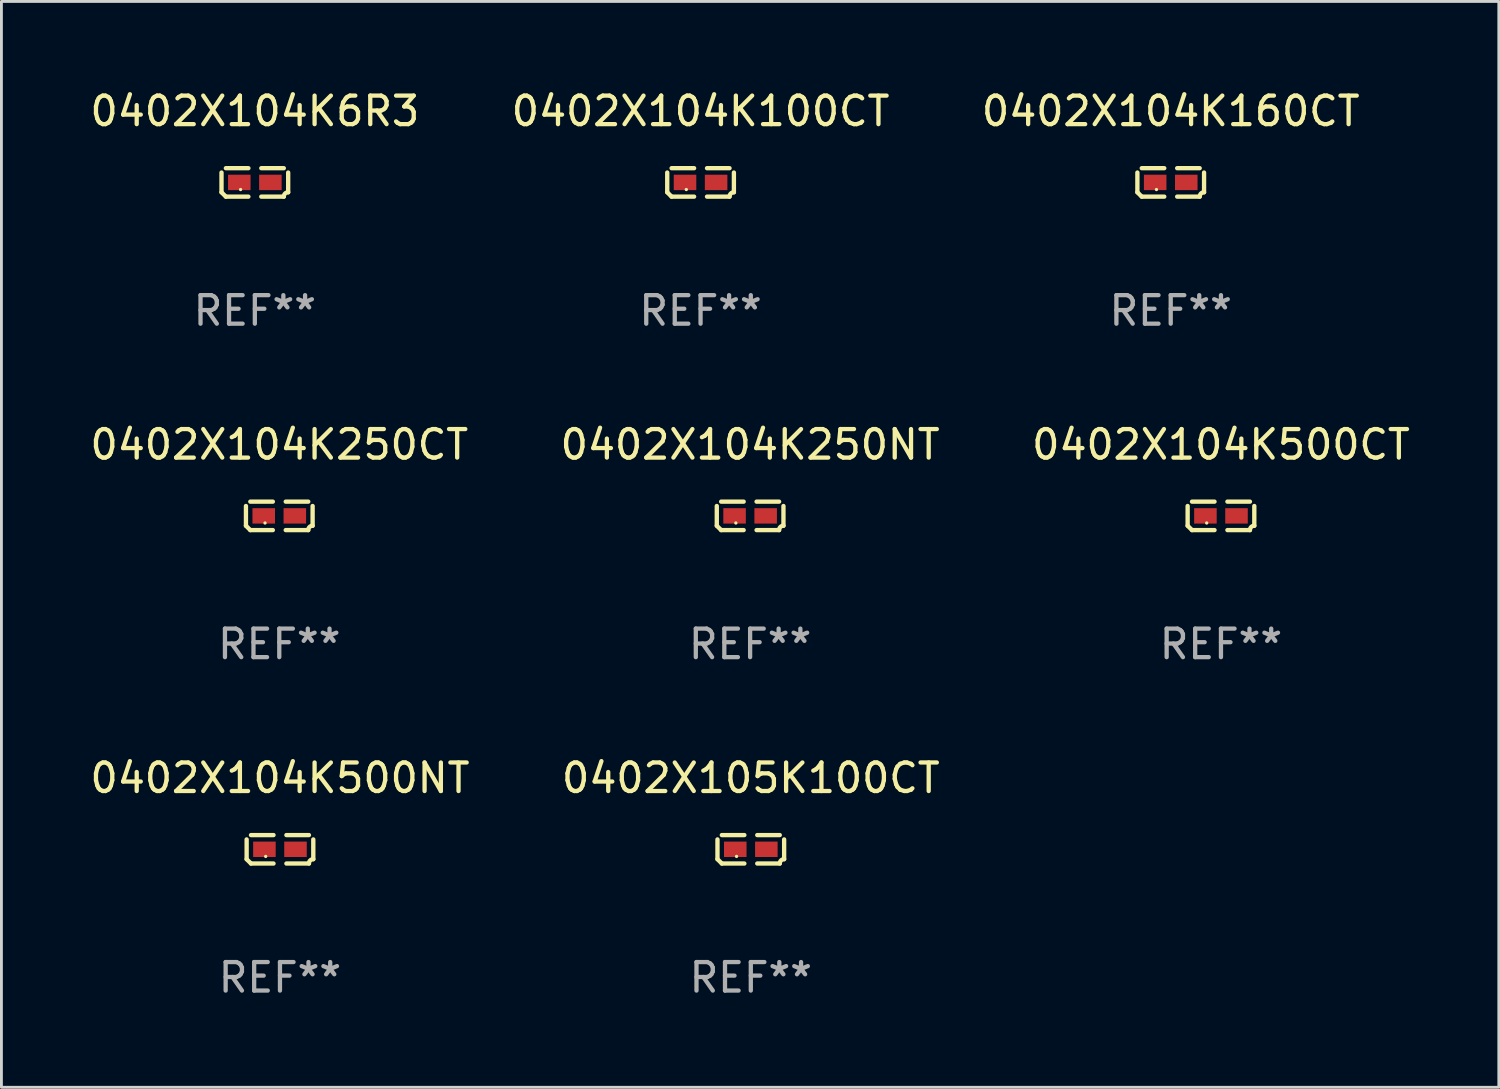
<source format=kicad_pcb>
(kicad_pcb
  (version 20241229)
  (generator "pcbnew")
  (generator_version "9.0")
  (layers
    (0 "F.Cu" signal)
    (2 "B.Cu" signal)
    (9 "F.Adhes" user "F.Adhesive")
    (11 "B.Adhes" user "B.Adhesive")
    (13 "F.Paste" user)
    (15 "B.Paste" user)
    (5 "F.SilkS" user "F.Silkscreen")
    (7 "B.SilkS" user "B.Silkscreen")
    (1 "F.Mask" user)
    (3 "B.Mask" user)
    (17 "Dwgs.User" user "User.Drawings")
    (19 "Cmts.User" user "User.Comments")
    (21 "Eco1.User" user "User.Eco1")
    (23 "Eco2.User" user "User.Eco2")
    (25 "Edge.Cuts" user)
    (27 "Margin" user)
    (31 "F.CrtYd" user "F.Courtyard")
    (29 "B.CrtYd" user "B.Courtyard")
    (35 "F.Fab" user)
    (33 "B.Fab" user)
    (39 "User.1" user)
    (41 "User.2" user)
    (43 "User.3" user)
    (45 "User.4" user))
  (footprint "0402X105K100CT"
    (layer "F.Cu")
    (at 23.28 26.734)
    (property "Reference" "0402X105K100CT" (at 0 -2.499 0) (layer "F.SilkS") (effects (font (size 1 1) (thickness 0.15))))
    (attr through_hole)
    (fp_line (start -1.169 0.346) (end -1.169 -0.346) (stroke (width 0.152) (type solid)) (layer "F.SilkS"))
    (fp_line (start -1.016 -0.499) (end -0.226 -0.499) (stroke (width 0.152) (type solid)) (layer "F.SilkS"))
    (fp_line (start -0.226 0.499) (end -1.016 0.499) (stroke (width 0.152) (type solid)) (layer "F.SilkS"))
    (fp_line (start 0.226 0.499) (end 1.016 0.499) (stroke (width 0.152) (type solid)) (layer "F.SilkS"))
    (fp_line (start 1.016 -0.499) (end 0.226 -0.499) (stroke (width 0.152) (type solid)) (layer "F.SilkS"))
    (fp_line (start 1.169 0.346) (end 1.169 -0.346) (stroke (width 0.152) (type solid)) (layer "F.SilkS"))
    (fp_arc (start -1.016307 0.498603) (mid -1.092512 0.422405) (end -1.16871 0.3462) (stroke (width 0.1524) (type solid)) (layer "F.SilkS"))
    (fp_arc (start 1.016307 0.498603) (mid 1.060899 0.390758) (end 1.168707 0.346076) (stroke (width 0.1524) (type solid)) (layer "F.SilkS"))
    (fp_circle (center -0.5 0.25) (end -0.47 0.25) (stroke (width 0.06) (type solid)) (fill no) (layer "F.SilkS"))
    (fp_text user "REF**" (at 0 4.499 0) (layer "F.Fab") (effects (font (size 1 1) (thickness 0.15))))
    (pad "1" smd rect (at -0.545 0) (size 0.79 0.54) (layers "F.Cu" "F.Mask" "F.Paste"))
    (pad "2" smd rect (at 0.545 0) (size 0.79 0.54) (layers "F.Cu" "F.Mask" "F.Paste")))
  (footprint "0402X104K500NT"
    (layer "F.Cu")
    (at 6.768 26.734)
    (property "Reference" "0402X104K500NT" (at 0 -2.499 0) (layer "F.SilkS") (effects (font (size 1 1) (thickness 0.15))))
    (attr through_hole)
    (fp_line (start -1.169 0.346) (end -1.169 -0.346) (stroke (width 0.152) (type solid)) (layer "F.SilkS"))
    (fp_line (start -1.016 -0.499) (end -0.226 -0.499) (stroke (width 0.152) (type solid)) (layer "F.SilkS"))
    (fp_line (start -0.226 0.499) (end -1.016 0.499) (stroke (width 0.152) (type solid)) (layer "F.SilkS"))
    (fp_line (start 0.226 0.499) (end 1.016 0.499) (stroke (width 0.152) (type solid)) (layer "F.SilkS"))
    (fp_line (start 1.016 -0.499) (end 0.226 -0.499) (stroke (width 0.152) (type solid)) (layer "F.SilkS"))
    (fp_line (start 1.169 0.346) (end 1.169 -0.346) (stroke (width 0.152) (type solid)) (layer "F.SilkS"))
    (fp_arc (start -1.016307 0.498603) (mid -1.092512 0.422405) (end -1.16871 0.3462) (stroke (width 0.1524) (type solid)) (layer "F.SilkS"))
    (fp_arc (start 1.016307 0.498603) (mid 1.060899 0.390758) (end 1.168707 0.346076) (stroke (width 0.1524) (type solid)) (layer "F.SilkS"))
    (fp_circle (center -0.5 0.25) (end -0.47 0.25) (stroke (width 0.06) (type solid)) (fill no) (layer "F.SilkS"))
    (fp_text user "REF**" (at 0 4.499 0) (layer "F.Fab") (effects (font (size 1 1) (thickness 0.15))))
    (pad "1" smd rect (at -0.545 0) (size 0.79 0.54) (layers "F.Cu" "F.Mask" "F.Paste"))
    (pad "2" smd rect (at 0.545 0) (size 0.79 0.54) (layers "F.Cu" "F.Mask" "F.Paste")))
  (footprint "0402X104K6R3"
    (layer "F.Cu")
    (at 5.887 3.347)
    (property "Reference" "0402X104K6R3" (at 0 -2.499 0) (layer "F.SilkS") (effects (font (size 1 1) (thickness 0.15))))
    (attr through_hole)
    (fp_line (start -1.169 0.346) (end -1.169 -0.346) (stroke (width 0.152) (type solid)) (layer "F.SilkS"))
    (fp_line (start -1.016 -0.499) (end -0.226 -0.499) (stroke (width 0.152) (type solid)) (layer "F.SilkS"))
    (fp_line (start -0.226 0.499) (end -1.016 0.499) (stroke (width 0.152) (type solid)) (layer "F.SilkS"))
    (fp_line (start 0.226 0.499) (end 1.016 0.499) (stroke (width 0.152) (type solid)) (layer "F.SilkS"))
    (fp_line (start 1.016 -0.499) (end 0.226 -0.499) (stroke (width 0.152) (type solid)) (layer "F.SilkS"))
    (fp_line (start 1.169 0.346) (end 1.169 -0.346) (stroke (width 0.152) (type solid)) (layer "F.SilkS"))
    (fp_arc (start -1.016307 0.498603) (mid -1.092512 0.422405) (end -1.16871 0.3462) (stroke (width 0.1524) (type solid)) (layer "F.SilkS"))
    (fp_arc (start 1.016307 0.498603) (mid 1.060899 0.390758) (end 1.168707 0.346076) (stroke (width 0.1524) (type solid)) (layer "F.SilkS"))
    (fp_circle (center -0.5 0.25) (end -0.47 0.25) (stroke (width 0.06) (type solid)) (fill no) (layer "F.SilkS"))
    (fp_text user "REF**" (at 0 4.499 0) (layer "F.Fab") (effects (font (size 1 1) (thickness 0.15))))
    (pad "1" smd rect (at -0.545 0) (size 0.79 0.54) (layers "F.Cu" "F.Mask" "F.Paste"))
    (pad "2" smd rect (at 0.545 0) (size 0.79 0.54) (layers "F.Cu" "F.Mask" "F.Paste")))
  (footprint "0402X104K250CT"
    (layer "F.Cu")
    (at 6.744 15.041)
    (property "Reference" "0402X104K250CT" (at 0 -2.499 0) (layer "F.SilkS") (effects (font (size 1 1) (thickness 0.15))))
    (attr through_hole)
    (fp_line (start -1.169 0.346) (end -1.169 -0.346) (stroke (width 0.152) (type solid)) (layer "F.SilkS"))
    (fp_line (start -1.016 -0.499) (end -0.226 -0.499) (stroke (width 0.152) (type solid)) (layer "F.SilkS"))
    (fp_line (start -0.226 0.499) (end -1.016 0.499) (stroke (width 0.152) (type solid)) (layer "F.SilkS"))
    (fp_line (start 0.226 0.499) (end 1.016 0.499) (stroke (width 0.152) (type solid)) (layer "F.SilkS"))
    (fp_line (start 1.016 -0.499) (end 0.226 -0.499) (stroke (width 0.152) (type solid)) (layer "F.SilkS"))
    (fp_line (start 1.169 0.346) (end 1.169 -0.346) (stroke (width 0.152) (type solid)) (layer "F.SilkS"))
    (fp_arc (start -1.016307 0.498603) (mid -1.092512 0.422405) (end -1.16871 0.3462) (stroke (width 0.1524) (type solid)) (layer "F.SilkS"))
    (fp_arc (start 1.016307 0.498603) (mid 1.060899 0.390758) (end 1.168707 0.346076) (stroke (width 0.1524) (type solid)) (layer "F.SilkS"))
    (fp_circle (center -0.5 0.25) (end -0.47 0.25) (stroke (width 0.06) (type solid)) (fill no) (layer "F.SilkS"))
    (fp_text user "REF**" (at 0 4.499 0) (layer "F.Fab") (effects (font (size 1 1) (thickness 0.15))))
    (pad "1" smd rect (at -0.545 0) (size 0.79 0.54) (layers "F.Cu" "F.Mask" "F.Paste"))
    (pad "2" smd rect (at 0.545 0) (size 0.79 0.54) (layers "F.Cu" "F.Mask" "F.Paste")))
  (footprint "0402X104K500CT"
    (layer "F.Cu")
    (at 39.768 15.041)
    (property "Reference" "0402X104K500CT" (at 0 -2.499 0) (layer "F.SilkS") (effects (font (size 1 1) (thickness 0.15))))
    (attr through_hole)
    (fp_line (start -1.169 0.346) (end -1.169 -0.346) (stroke (width 0.152) (type solid)) (layer "F.SilkS"))
    (fp_line (start -1.016 -0.499) (end -0.226 -0.499) (stroke (width 0.152) (type solid)) (layer "F.SilkS"))
    (fp_line (start -0.226 0.499) (end -1.016 0.499) (stroke (width 0.152) (type solid)) (layer "F.SilkS"))
    (fp_line (start 0.226 0.499) (end 1.016 0.499) (stroke (width 0.152) (type solid)) (layer "F.SilkS"))
    (fp_line (start 1.016 -0.499) (end 0.226 -0.499) (stroke (width 0.152) (type solid)) (layer "F.SilkS"))
    (fp_line (start 1.169 0.346) (end 1.169 -0.346) (stroke (width 0.152) (type solid)) (layer "F.SilkS"))
    (fp_arc (start -1.016307 0.498603) (mid -1.092512 0.422405) (end -1.16871 0.3462) (stroke (width 0.1524) (type solid)) (layer "F.SilkS"))
    (fp_arc (start 1.016307 0.498603) (mid 1.060899 0.390758) (end 1.168707 0.346076) (stroke (width 0.1524) (type solid)) (layer "F.SilkS"))
    (fp_circle (center -0.5 0.25) (end -0.47 0.25) (stroke (width 0.06) (type solid)) (fill no) (layer "F.SilkS"))
    (fp_text user "REF**" (at 0 4.499 0) (layer "F.Fab") (effects (font (size 1 1) (thickness 0.15))))
    (pad "1" smd rect (at -0.545 0) (size 0.79 0.54) (layers "F.Cu" "F.Mask" "F.Paste"))
    (pad "2" smd rect (at 0.545 0) (size 0.79 0.54) (layers "F.Cu" "F.Mask" "F.Paste")))
  (footprint "0402X104K250NT"
    (layer "F.Cu")
    (at 23.256 15.041)
    (property "Reference" "0402X104K250NT" (at 0 -2.499 0) (layer "F.SilkS") (effects (font (size 1 1) (thickness 0.15))))
    (attr through_hole)
    (fp_line (start -1.169 0.346) (end -1.169 -0.346) (stroke (width 0.152) (type solid)) (layer "F.SilkS"))
    (fp_line (start -1.016 -0.499) (end -0.226 -0.499) (stroke (width 0.152) (type solid)) (layer "F.SilkS"))
    (fp_line (start -0.226 0.499) (end -1.016 0.499) (stroke (width 0.152) (type solid)) (layer "F.SilkS"))
    (fp_line (start 0.226 0.499) (end 1.016 0.499) (stroke (width 0.152) (type solid)) (layer "F.SilkS"))
    (fp_line (start 1.016 -0.499) (end 0.226 -0.499) (stroke (width 0.152) (type solid)) (layer "F.SilkS"))
    (fp_line (start 1.169 0.346) (end 1.169 -0.346) (stroke (width 0.152) (type solid)) (layer "F.SilkS"))
    (fp_arc (start -1.016307 0.498603) (mid -1.092512 0.422405) (end -1.16871 0.3462) (stroke (width 0.1524) (type solid)) (layer "F.SilkS"))
    (fp_arc (start 1.016307 0.498603) (mid 1.060899 0.390758) (end 1.168707 0.346076) (stroke (width 0.1524) (type solid)) (layer "F.SilkS"))
    (fp_circle (center -0.5 0.25) (end -0.47 0.25) (stroke (width 0.06) (type solid)) (fill no) (layer "F.SilkS"))
    (fp_text user "REF**" (at 0 4.499 0) (layer "F.Fab") (effects (font (size 1 1) (thickness 0.15))))
    (pad "1" smd rect (at -0.545 0) (size 0.79 0.54) (layers "F.Cu" "F.Mask" "F.Paste"))
    (pad "2" smd rect (at 0.545 0) (size 0.79 0.54) (layers "F.Cu" "F.Mask" "F.Paste")))
  (footprint "0402X104K160CT"
    (layer "F.Cu")
    (at 38.006 3.347)
    (property "Reference" "0402X104K160CT" (at 0 -2.499 0) (layer "F.SilkS") (effects (font (size 1 1) (thickness 0.15))))
    (attr through_hole)
    (fp_line (start -1.169 0.346) (end -1.169 -0.346) (stroke (width 0.152) (type solid)) (layer "F.SilkS"))
    (fp_line (start -1.016 -0.499) (end -0.226 -0.499) (stroke (width 0.152) (type solid)) (layer "F.SilkS"))
    (fp_line (start -0.226 0.499) (end -1.016 0.499) (stroke (width 0.152) (type solid)) (layer "F.SilkS"))
    (fp_line (start 0.226 0.499) (end 1.016 0.499) (stroke (width 0.152) (type solid)) (layer "F.SilkS"))
    (fp_line (start 1.016 -0.499) (end 0.226 -0.499) (stroke (width 0.152) (type solid)) (layer "F.SilkS"))
    (fp_line (start 1.169 0.346) (end 1.169 -0.346) (stroke (width 0.152) (type solid)) (layer "F.SilkS"))
    (fp_arc (start -1.016307 0.498603) (mid -1.092512 0.422405) (end -1.16871 0.3462) (stroke (width 0.1524) (type solid)) (layer "F.SilkS"))
    (fp_arc (start 1.016307 0.498603) (mid 1.060899 0.390758) (end 1.168707 0.346076) (stroke (width 0.1524) (type solid)) (layer "F.SilkS"))
    (fp_circle (center -0.5 0.25) (end -0.47 0.25) (stroke (width 0.06) (type solid)) (fill no) (layer "F.SilkS"))
    (fp_text user "REF**" (at 0 4.499 0) (layer "F.Fab") (effects (font (size 1 1) (thickness 0.15))))
    (pad "1" smd rect (at -0.545 0) (size 0.79 0.54) (layers "F.Cu" "F.Mask" "F.Paste"))
    (pad "2" smd rect (at 0.545 0) (size 0.79 0.54) (layers "F.Cu" "F.Mask" "F.Paste")))
  (footprint "0402X104K100CT"
    (layer "F.Cu")
    (at 21.518 3.347)
    (property "Reference" "0402X104K100CT" (at 0 -2.499 0) (layer "F.SilkS") (effects (font (size 1 1) (thickness 0.15))))
    (attr through_hole)
    (fp_line (start -1.169 0.346) (end -1.169 -0.346) (stroke (width 0.152) (type solid)) (layer "F.SilkS"))
    (fp_line (start -1.016 -0.499) (end -0.226 -0.499) (stroke (width 0.152) (type solid)) (layer "F.SilkS"))
    (fp_line (start -0.226 0.499) (end -1.016 0.499) (stroke (width 0.152) (type solid)) (layer "F.SilkS"))
    (fp_line (start 0.226 0.499) (end 1.016 0.499) (stroke (width 0.152) (type solid)) (layer "F.SilkS"))
    (fp_line (start 1.016 -0.499) (end 0.226 -0.499) (stroke (width 0.152) (type solid)) (layer "F.SilkS"))
    (fp_line (start 1.169 0.346) (end 1.169 -0.346) (stroke (width 0.152) (type solid)) (layer "F.SilkS"))
    (fp_arc (start -1.016307 0.498603) (mid -1.092512 0.422405) (end -1.16871 0.3462) (stroke (width 0.1524) (type solid)) (layer "F.SilkS"))
    (fp_arc (start 1.016307 0.498603) (mid 1.060899 0.390758) (end 1.168707 0.346076) (stroke (width 0.1524) (type solid)) (layer "F.SilkS"))
    (fp_circle (center -0.5 0.25) (end -0.47 0.25) (stroke (width 0.06) (type solid)) (fill no) (layer "F.SilkS"))
    (fp_text user "REF**" (at 0 4.499 0) (layer "F.Fab") (effects (font (size 1 1) (thickness 0.15))))
    (pad "1" smd rect (at -0.545 0) (size 0.79 0.54) (layers "F.Cu" "F.Mask" "F.Paste"))
    (pad "2" smd rect (at 0.545 0) (size 0.79 0.54) (layers "F.Cu" "F.Mask" "F.Paste")))
  (gr_rect
    (start -3 -3)
    (end 49.512 35.081)
    (stroke (width 0.1) (type default))
    (fill no)
    (layer "Edge.Cuts")))
</source>
